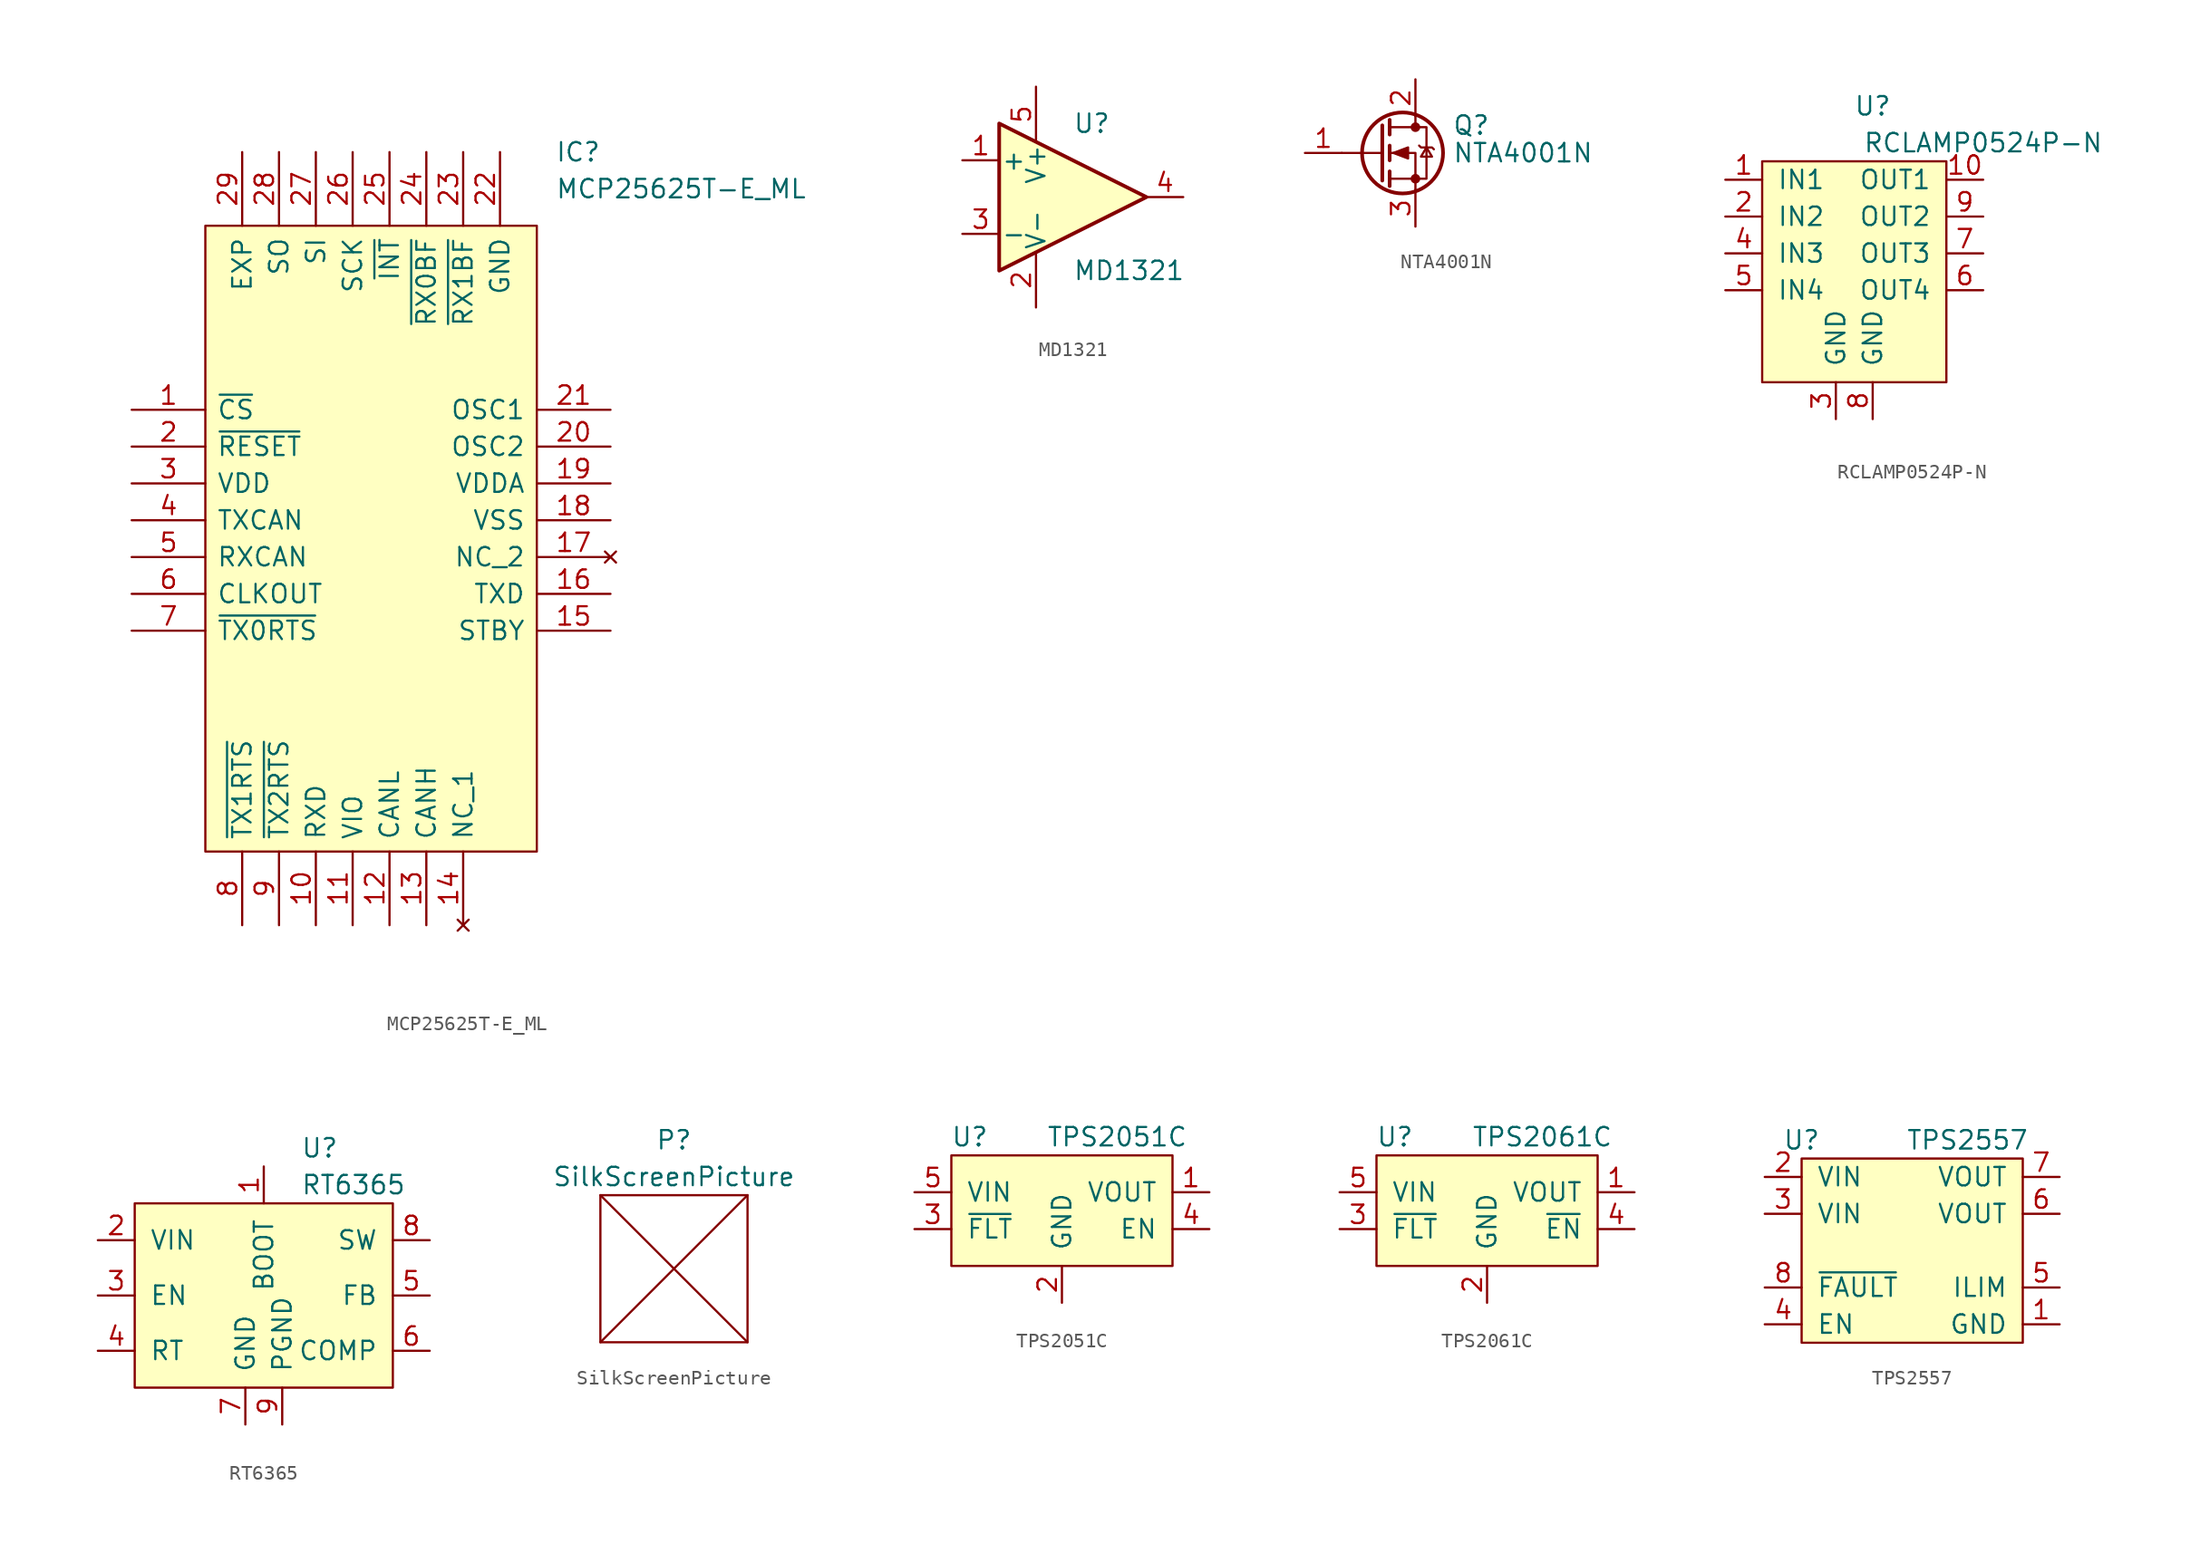
<source format=kicad_sym>
(kicad_symbol_lib
  (version 20211014)
  (generator kicad_symbol_editor)
  (symbol "MCP25625T-E_ML"
    (pin_names
      (offset 0.762))
    (property "Reference" "IC"
      (at 29.21 17.78 0)
      (effects (font (size 1.27 1.27)) (justify left)))
    (property "Value" "MCP25625T-E_ML"
      (at 29.21 15.24 0)
      (effects (font (size 1.27 1.27)) (justify left)))
    (symbol "MCP25625T-E_ML_0_0"
      (pin input line (at 0 0 0) (length 5.08) (name "~{CS}" (effects (font (size 1.27 1.27)))) (number "1" (effects (font (size 1.27 1.27)))))
      (pin output line (at 12.7 -35.56 90) (length 5.08) (name "RXD" (effects (font (size 1.27 1.27)))) (number "10" (effects (font (size 1.27 1.27)))))
      (pin power_in line (at 15.24 -35.56 90) (length 5.08) (name "VIO" (effects (font (size 1.27 1.27)))) (number "11" (effects (font (size 1.27 1.27)))))
      (pin bidirectional line (at 17.78 -35.56 90) (length 5.08) (name "CANL" (effects (font (size 1.27 1.27)))) (number "12" (effects (font (size 1.27 1.27)))))
      (pin bidirectional line (at 20.32 -35.56 90) (length 5.08) (name "CANH" (effects (font (size 1.27 1.27)))) (number "13" (effects (font (size 1.27 1.27)))))
      (pin no_connect line (at 22.86 -35.56 90) (length 5.08) (name "NC_1" (effects (font (size 1.27 1.27)))) (number "14" (effects (font (size 1.27 1.27)))))
      (pin input line (at 33.02 -15.24 180) (length 5.08) (name "STBY" (effects (font (size 1.27 1.27)))) (number "15" (effects (font (size 1.27 1.27)))))
      (pin input line (at 33.02 -12.7 180) (length 5.08) (name "TXD" (effects (font (size 1.27 1.27)))) (number "16" (effects (font (size 1.27 1.27)))))
      (pin no_connect line (at 33.02 -10.16 180) (length 5.08) (name "NC_2" (effects (font (size 1.27 1.27)))) (number "17" (effects (font (size 1.27 1.27)))))
      (pin power_in line (at 33.02 -7.62 180) (length 5.08) (name "VSS" (effects (font (size 1.27 1.27)))) (number "18" (effects (font (size 1.27 1.27)))))
      (pin power_in line (at 33.02 -5.08 180) (length 5.08) (name "VDDA" (effects (font (size 1.27 1.27)))) (number "19" (effects (font (size 1.27 1.27)))))
      (pin input line (at 0 -2.54 0) (length 5.08) (name "~{RESET}" (effects (font (size 1.27 1.27)))) (number "2" (effects (font (size 1.27 1.27)))))
      (pin input line (at 33.02 -2.54 180) (length 5.08) (name "OSC2" (effects (font (size 1.27 1.27)))) (number "20" (effects (font (size 1.27 1.27)))))
      (pin input line (at 33.02 0 180) (length 5.08) (name "OSC1" (effects (font (size 1.27 1.27)))) (number "21" (effects (font (size 1.27 1.27)))))
      (pin power_in line (at 25.4 17.78 270) (length 5.08) (name "GND" (effects (font (size 1.27 1.27)))) (number "22" (effects (font (size 1.27 1.27)))))
      (pin output line (at 22.86 17.78 270) (length 5.08) (name "~{RX1BF}" (effects (font (size 1.27 1.27)))) (number "23" (effects (font (size 1.27 1.27)))))
      (pin output line (at 20.32 17.78 270) (length 5.08) (name "~{RX0BF}" (effects (font (size 1.27 1.27)))) (number "24" (effects (font (size 1.27 1.27)))))
      (pin output line (at 17.78 17.78 270) (length 5.08) (name "~{INT}" (effects (font (size 1.27 1.27)))) (number "25" (effects (font (size 1.27 1.27)))))
      (pin input line (at 15.24 17.78 270) (length 5.08) (name "SCK" (effects (font (size 1.27 1.27)))) (number "26" (effects (font (size 1.27 1.27)))))
      (pin input line (at 12.7 17.78 270) (length 5.08) (name "SI" (effects (font (size 1.27 1.27)))) (number "27" (effects (font (size 1.27 1.27)))))
      (pin tri_state line (at 10.16 17.78 270) (length 5.08) (name "SO" (effects (font (size 1.27 1.27)))) (number "28" (effects (font (size 1.27 1.27)))))
      (pin passive line (at 7.62 17.78 270) (length 5.08) (name "EXP" (effects (font (size 1.27 1.27)))) (number "29" (effects (font (size 1.27 1.27)))))
      (pin power_in line (at 0 -5.08 0) (length 5.08) (name "VDD" (effects (font (size 1.27 1.27)))) (number "3" (effects (font (size 1.27 1.27)))))
      (pin output line (at 0 -7.62 0) (length 5.08) (name "TXCAN" (effects (font (size 1.27 1.27)))) (number "4" (effects (font (size 1.27 1.27)))))
      (pin input line (at 0 -10.16 0) (length 5.08) (name "RXCAN" (effects (font (size 1.27 1.27)))) (number "5" (effects (font (size 1.27 1.27)))))
      (pin output line (at 0 -12.7 0) (length 5.08) (name "CLKOUT" (effects (font (size 1.27 1.27)))) (number "6" (effects (font (size 1.27 1.27)))))
      (pin input line (at 0 -15.24 0) (length 5.08) (name "~{TX0RTS}" (effects (font (size 1.27 1.27)))) (number "7" (effects (font (size 1.27 1.27)))))
      (pin input line (at 7.62 -35.56 90) (length 5.08) (name "~{TX1RTS}" (effects (font (size 1.27 1.27)))) (number "8" (effects (font (size 1.27 1.27)))))
      (pin input line (at 10.16 -35.56 90) (length 5.08) (name "~{TX2RTS}" (effects (font (size 1.27 1.27)))) (number "9" (effects (font (size 1.27 1.27))))))
    (symbol "MCP25625T-E_ML_0_1"
      (polyline (pts (xy 5.08 12.7) (xy 27.94 12.7) (xy 27.94 -30.48) (xy 5.08 -30.48) (xy 5.08 12.7)) (stroke (width 0.152) (type default) (color 0 0 0 0)) (fill (type background)))))
  (symbol "MD1321"
    (pin_names
      (offset 0.127))
    (property "Reference" "U"
      (at 0 5.08 0)
      (effects (font (size 1.27 1.27)) (justify left)))
    (property "Value" "MD1321"
      (at 0 -5.08 0)
      (effects (font (size 1.27 1.27)) (justify left)))
    (symbol "MD1321_0_1"
      (polyline (pts (xy -5.08 5.08) (xy 5.08 0) (xy -5.08 -5.08) (xy -5.08 5.08)) (stroke (width 0.254) (type default) (color 0 0 0 0)) (fill (type background)))
      (pin power_in line (at -2.54 -7.62 90) (length 3.81) (name "V-" (effects (font (size 1.27 1.27)))) (number "2" (effects (font (size 1.27 1.27)))))
      (pin power_in line (at -2.54 7.62 270) (length 3.81) (name "V+" (effects (font (size 1.27 1.27)))) (number "5" (effects (font (size 1.27 1.27))))))
    (symbol "MD1321_1_1"
      (pin input line (at -7.62 2.54 0) (length 2.54) (name "+" (effects (font (size 1.27 1.27)))) (number "1" (effects (font (size 1.27 1.27)))))
      (pin input line (at -7.62 -2.54 0) (length 2.54) (name "-" (effects (font (size 1.27 1.27)))) (number "3" (effects (font (size 1.27 1.27)))))
      (pin output line (at 7.62 0 180) (length 2.54) (name "~" (effects (font (size 1.27 1.27)))) (number "4" (effects (font (size 1.27 1.27)))))))
  (symbol "NTA4001N"
    (pin_names hide)
    (property "Reference" "Q"
      (at 5.08 1.905 0)
      (effects (font (size 1.27 1.27)) (justify left)))
    (property "Value" "NTA4001N"
      (at 5.08 0 0)
      (effects (font (size 1.27 1.27)) (justify left)))
    (symbol "NTA4001N_0_1"
      (polyline (pts (xy 0.254 0) (xy -2.54 0)) (stroke (width 0) (type default) (color 0 0 0 0)) (fill (type none)))
      (polyline (pts (xy 0.254 1.905) (xy 0.254 -1.905)) (stroke (width 0.254) (type default) (color 0 0 0 0)) (fill (type none)))
      (polyline (pts (xy 0.762 -1.27) (xy 0.762 -2.286)) (stroke (width 0.254) (type default) (color 0 0 0 0)) (fill (type none)))
      (polyline (pts (xy 0.762 0.508) (xy 0.762 -0.508)) (stroke (width 0.254) (type default) (color 0 0 0 0)) (fill (type none)))
      (polyline (pts (xy 0.762 2.286) (xy 0.762 1.27)) (stroke (width 0.254) (type default) (color 0 0 0 0)) (fill (type none)))
      (polyline (pts (xy 2.54 2.54) (xy 2.54 1.778)) (stroke (width 0) (type default) (color 0 0 0 0)) (fill (type none)))
      (polyline (pts (xy 2.54 -2.54) (xy 2.54 0) (xy 0.762 0)) (stroke (width 0) (type default) (color 0 0 0 0)) (fill (type none)))
      (polyline (pts (xy 0.762 -1.778) (xy 3.302 -1.778) (xy 3.302 1.778) (xy 0.762 1.778)) (stroke (width 0) (type default) (color 0 0 0 0)) (fill (type none)))
      (polyline (pts (xy 1.016 0) (xy 2.032 0.381) (xy 2.032 -0.381) (xy 1.016 0)) (stroke (width 0) (type default) (color 0 0 0 0)) (fill (type outline)))
      (polyline (pts (xy 2.794 0.508) (xy 2.921 0.381) (xy 3.683 0.381) (xy 3.81 0.254)) (stroke (width 0) (type default) (color 0 0 0 0)) (fill (type none)))
      (polyline (pts (xy 3.302 0.381) (xy 2.921 -0.254) (xy 3.683 -0.254) (xy 3.302 0.381)) (stroke (width 0) (type default) (color 0 0 0 0)) (fill (type none)))
      (circle (center 1.651 0) (radius 2.794) (stroke (width 0.254) (type default) (color 0 0 0 0)) (fill (type none)))
      (circle (center 2.54 -1.778) (radius 0.254) (stroke (width 0) (type default) (color 0 0 0 0)) (fill (type outline)))
      (circle (center 2.54 1.778) (radius 0.254) (stroke (width 0) (type default) (color 0 0 0 0)) (fill (type outline))))
    (symbol "NTA4001N_1_1"
      (pin input line (at -5.08 0 0) (length 2.54) (name "G" (effects (font (size 1.27 1.27)))) (number "1" (effects (font (size 1.27 1.27)))))
      (pin passive line (at 2.54 5.08 270) (length 2.54) (name "D" (effects (font (size 1.27 1.27)))) (number "2" (effects (font (size 1.27 1.27)))))
      (pin passive line (at 2.54 -5.08 90) (length 2.54) (name "S" (effects (font (size 1.27 1.27)))) (number "3" (effects (font (size 1.27 1.27)))))))
  (symbol "RCLAMP0524P-N"
    (pin_names
      (offset 1.016))
    (property "Reference" "U"
      (at 1.27 10.16 0)
      (effects (font (size 1.27 1.27))))
    (property "Value" "RCLAMP0524P-N"
      (at 8.89 7.62 0)
      (effects (font (size 1.27 1.27))))
    (symbol "RCLAMP0524P-N_0_1"
      (rectangle (start -6.35 6.35) (end 6.35 -8.89) (stroke (width 0) (type default) (color 0 0 0 0)) (fill (type background))))
    (symbol "RCLAMP0524P-N_1_1"
      (pin passive line (at -8.89 5.08 0) (length 2.54) (name "IN1" (effects (font (size 1.27 1.27)))) (number "1" (effects (font (size 1.27 1.27)))))
      (pin passive line (at 8.89 5.08 180) (length 2.54) (name "OUT1" (effects (font (size 1.27 1.27)))) (number "10" (effects (font (size 1.27 1.27)))))
      (pin passive line (at -8.89 2.54 0) (length 2.54) (name "IN2" (effects (font (size 1.27 1.27)))) (number "2" (effects (font (size 1.27 1.27)))))
      (pin power_in line (at -1.27 -11.43 90) (length 2.54) (name "GND" (effects (font (size 1.27 1.27)))) (number "3" (effects (font (size 1.27 1.27)))))
      (pin passive line (at -8.89 0 0) (length 2.54) (name "IN3" (effects (font (size 1.27 1.27)))) (number "4" (effects (font (size 1.27 1.27)))))
      (pin passive line (at -8.89 -2.54 0) (length 2.54) (name "IN4" (effects (font (size 1.27 1.27)))) (number "5" (effects (font (size 1.27 1.27)))))
      (pin passive line (at 8.89 -2.54 180) (length 2.54) (name "OUT4" (effects (font (size 1.27 1.27)))) (number "6" (effects (font (size 1.27 1.27)))))
      (pin passive line (at 8.89 0 180) (length 2.54) (name "OUT3" (effects (font (size 1.27 1.27)))) (number "7" (effects (font (size 1.27 1.27)))))
      (pin power_in line (at 1.27 -11.43 90) (length 2.54) (name "GND" (effects (font (size 1.27 1.27)))) (number "8" (effects (font (size 1.27 1.27)))))
      (pin passive line (at 8.89 2.54 180) (length 2.54) (name "OUT2" (effects (font (size 1.27 1.27)))) (number "9" (effects (font (size 1.27 1.27)))))))
  (symbol "RT6365"
    (pin_names
      (offset 1.016))
    (property "Reference" "U"
      (at 2.54 10.16 0)
      (effects (font (size 1.27 1.27)) (justify left)))
    (property "Value" "RT6365"
      (at 2.54 7.62 0)
      (effects (font (size 1.27 1.27)) (justify left)))
    (symbol "RT6365_0_1"
      (rectangle (start -8.89 6.35) (end 8.89 -6.35) (stroke (width 0) (type default) (color 0 0 0 0)) (fill (type background))))
    (symbol "RT6365_1_1"
      (pin input line (at 0 8.89 270) (length 2.54) (name "BOOT" (effects (font (size 1.27 1.27)))) (number "1" (effects (font (size 1.27 1.27)))))
      (pin power_in line (at -11.43 3.81 0) (length 2.54) (name "VIN" (effects (font (size 1.27 1.27)))) (number "2" (effects (font (size 1.27 1.27)))))
      (pin input line (at -11.43 0 0) (length 2.54) (name "EN" (effects (font (size 1.27 1.27)))) (number "3" (effects (font (size 1.27 1.27)))))
      (pin input line (at -11.43 -3.81 0) (length 2.54) (name "RT" (effects (font (size 1.27 1.27)))) (number "4" (effects (font (size 1.27 1.27)))))
      (pin input line (at 11.43 0 180) (length 2.54) (name "FB" (effects (font (size 1.27 1.27)))) (number "5" (effects (font (size 1.27 1.27)))))
      (pin output line (at 11.43 -3.81 180) (length 2.54) (name "COMP" (effects (font (size 1.27 1.27)))) (number "6" (effects (font (size 1.27 1.27)))))
      (pin power_in line (at -1.27 -8.89 90) (length 2.54) (name "GND" (effects (font (size 1.27 1.27)))) (number "7" (effects (font (size 1.27 1.27)))))
      (pin power_out line (at 11.43 3.81 180) (length 2.54) (name "SW" (effects (font (size 1.27 1.27)))) (number "8" (effects (font (size 1.27 1.27)))))
      (pin power_in line (at 1.27 -8.89 90) (length 2.54) (name "PGND" (effects (font (size 1.27 1.27)))) (number "9" (effects (font (size 1.27 1.27)))))))
  (symbol "SilkScreenPicture"
    (property "Reference" "P"
      (at 0 6.35 0)
      (effects (font (size 1.27 1.27))))
    (property "Value" "SilkScreenPicture"
      (at 0 3.81 0)
      (effects (font (size 1.27 1.27))))
    (symbol "SilkScreenPicture_0_1"
      (rectangle (start -5.08 2.54) (end 5.08 -7.62) (stroke (width 0) (type default) (color 0 0 0 0)) (fill (type none)))
      (polyline (pts (xy -5.08 2.54) (xy 5.08 -7.62)) (stroke (width 0) (type default) (color 0 0 0 0)) (fill (type none)))
      (polyline (pts (xy 5.08 2.54) (xy -5.08 -7.62)) (stroke (width 0) (type default) (color 0 0 0 0)) (fill (type none)))))
  (symbol "TPS2051C"
    (pin_names
      (offset 1.016))
    (property "Reference" "U"
      (at -6.35 5.08 0)
      (effects (font (size 1.27 1.27))))
    (property "Value" "TPS2051C"
      (at 3.81 5.08 0)
      (effects (font (size 1.27 1.27))))
    (symbol "TPS2051C_0_1"
      (rectangle (start 7.62 -3.81) (end -7.62 3.81) (stroke (width 0) (type default) (color 0 0 0 0)) (fill (type background))))
    (symbol "TPS2051C_1_1"
      (pin power_out line (at 10.16 1.27 180) (length 2.54) (name "VOUT" (effects (font (size 1.27 1.27)))) (number "1" (effects (font (size 1.27 1.27)))))
      (pin input line (at 0 -6.35 90) (length 2.54) (name "GND" (effects (font (size 1.27 1.27)))) (number "2" (effects (font (size 1.27 1.27)))))
      (pin output line (at -10.16 -1.27 0) (length 2.54) (name "~{FLT}" (effects (font (size 1.27 1.27)))) (number "3" (effects (font (size 1.27 1.27)))))
      (pin input line (at 10.16 -1.27 180) (length 2.54) (name "EN" (effects (font (size 1.27 1.27)))) (number "4" (effects (font (size 1.27 1.27)))))
      (pin power_in line (at -10.16 1.27 0) (length 2.54) (name "VIN" (effects (font (size 1.27 1.27)))) (number "5" (effects (font (size 1.27 1.27)))))))
  (symbol "TPS2061C"
    (pin_names
      (offset 1.016))
    (property "Reference" "U"
      (at -6.35 5.08 0)
      (effects (font (size 1.27 1.27))))
    (property "Value" "TPS2061C"
      (at 3.81 5.08 0)
      (effects (font (size 1.27 1.27))))
    (symbol "TPS2061C_0_1"
      (rectangle (start 7.62 -3.81) (end -7.62 3.81) (stroke (width 0) (type default) (color 0 0 0 0)) (fill (type background))))
    (symbol "TPS2061C_1_1"
      (pin power_out line (at 10.16 1.27 180) (length 2.54) (name "VOUT" (effects (font (size 1.27 1.27)))) (number "1" (effects (font (size 1.27 1.27)))))
      (pin input line (at 0 -6.35 90) (length 2.54) (name "GND" (effects (font (size 1.27 1.27)))) (number "2" (effects (font (size 1.27 1.27)))))
      (pin output line (at -10.16 -1.27 0) (length 2.54) (name "~{FLT}" (effects (font (size 1.27 1.27)))) (number "3" (effects (font (size 1.27 1.27)))))
      (pin input line (at 10.16 -1.27 180) (length 2.54) (name "~{EN}" (effects (font (size 1.27 1.27)))) (number "4" (effects (font (size 1.27 1.27)))))
      (pin power_in line (at -10.16 1.27 0) (length 2.54) (name "VIN" (effects (font (size 1.27 1.27)))) (number "5" (effects (font (size 1.27 1.27)))))))
  (symbol "TPS2557"
    (pin_names
      (offset 1.016))
    (property "Reference" "U"
      (at -8.89 7.62 0)
      (effects (font (size 1.27 1.27))))
    (property "Value" "TPS2557"
      (at 2.54 7.62 0)
      (effects (font (size 1.27 1.27))))
    (symbol "TPS2557_0_1"
      (rectangle (start -8.89 6.35) (end 6.35 -6.35) (stroke (width 0) (type default) (color 0 0 0 0)) (fill (type background)))
      (pin power_in line (at -11.43 2.54 0) (length 2.54) (name "VIN" (effects (font (size 1.27 1.27)))) (number "3" (effects (font (size 1.27 1.27)))))
      (pin power_out line (at 8.89 2.54 180) (length 2.54) (name "VOUT" (effects (font (size 1.27 1.27)))) (number "6" (effects (font (size 1.27 1.27))))))
    (symbol "TPS2557_1_1"
      (pin input line (at 8.89 -5.08 180) (length 2.54) (name "GND" (effects (font (size 1.27 1.27)))) (number "1" (effects (font (size 1.27 1.27)))))
      (pin power_in line (at -11.43 5.08 0) (length 2.54) (name "VIN" (effects (font (size 1.27 1.27)))) (number "2" (effects (font (size 1.27 1.27)))))
      (pin input line (at -11.43 -5.08 0) (length 2.54) (name "EN" (effects (font (size 1.27 1.27)))) (number "4" (effects (font (size 1.27 1.27)))))
      (pin input line (at 8.89 -2.54 180) (length 2.54) (name "ILIM" (effects (font (size 1.27 1.27)))) (number "5" (effects (font (size 1.27 1.27)))))
      (pin power_out line (at 8.89 5.08 180) (length 2.54) (name "VOUT" (effects (font (size 1.27 1.27)))) (number "7" (effects (font (size 1.27 1.27)))))
      (pin output line (at -11.43 -2.54 0) (length 2.54) (name "~{FAULT}" (effects (font (size 1.27 1.27)))) (number "8" (effects (font (size 1.27 1.27))))))))
</source>
